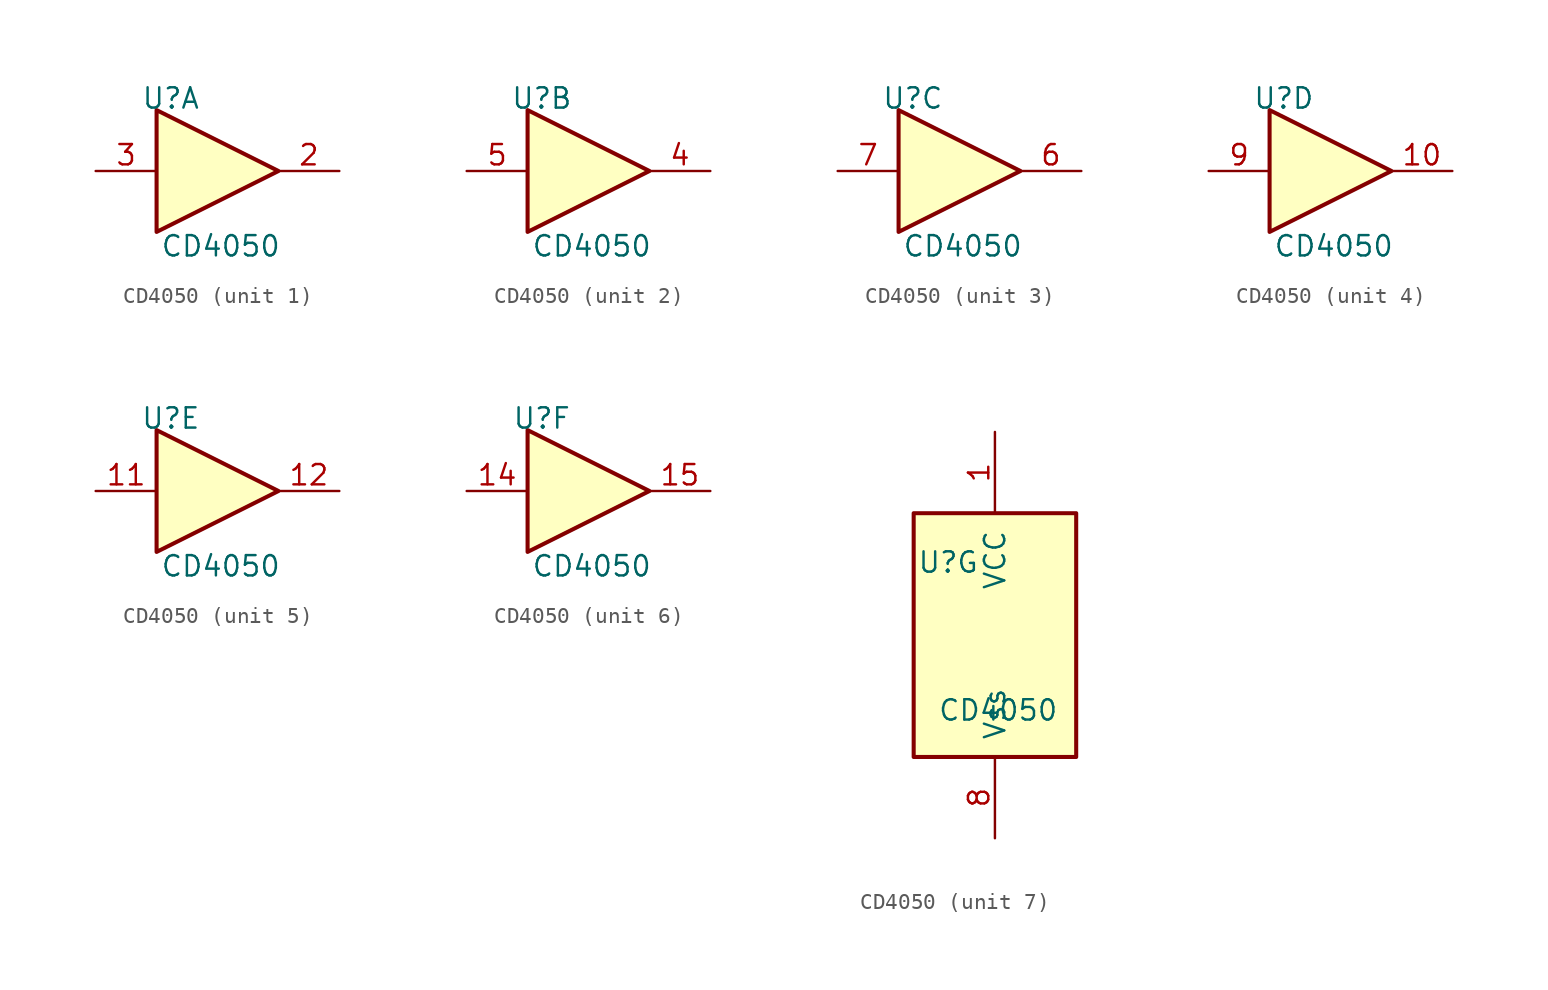
<source format=kicad_sym>
(kicad_symbol_lib
  (version 20211014)
  (generator kicad_symbol_editor)
  (symbol "CD4050"
    (pin_names
      (offset 1.016))
    (property "Reference" "U"
      (at -2.921 4.547 0)
      (effects (font (size 1.27 1.27))))
    (property "Value" "CD4050"
      (at 0.203 -4.699 0)
      (effects (font (size 1.27 1.27))))
    (property "ki_locked" ""
      (at 0 0 0)
      (effects (font (size 1.27 1.27))))
    (symbol "CD4050_1_0"
      (polyline (pts (xy -3.81 3.81) (xy -3.81 -3.81) (xy 3.81 0) (xy -3.81 3.81)) (stroke (width 0.254) (type default) (color 0 0 0 0)) (fill (type background)))
      (pin output line (at 7.62 0 180) (length 3.81) (name "~" (effects (font (size 1.27 1.27)))) (number "2" (effects (font (size 1.27 1.27)))))
      (pin input line (at -7.62 0 0) (length 3.81) (name "~" (effects (font (size 1.27 1.27)))) (number "3" (effects (font (size 1.27 1.27))))))
    (symbol "CD4050_2_0"
      (polyline (pts (xy -3.81 3.81) (xy -3.81 -3.81) (xy 3.81 0) (xy -3.81 3.81)) (stroke (width 0.254) (type default) (color 0 0 0 0)) (fill (type background)))
      (pin output line (at 7.62 0 180) (length 3.81) (name "~" (effects (font (size 1.27 1.27)))) (number "4" (effects (font (size 1.27 1.27)))))
      (pin input line (at -7.62 0 0) (length 3.81) (name "~" (effects (font (size 1.27 1.27)))) (number "5" (effects (font (size 1.27 1.27))))))
    (symbol "CD4050_3_0"
      (polyline (pts (xy -3.81 3.81) (xy -3.81 -3.81) (xy 3.81 0) (xy -3.81 3.81)) (stroke (width 0.254) (type default) (color 0 0 0 0)) (fill (type background)))
      (pin output line (at 7.62 0 180) (length 3.81) (name "~" (effects (font (size 1.27 1.27)))) (number "6" (effects (font (size 1.27 1.27)))))
      (pin input line (at -7.62 0 0) (length 3.81) (name "~" (effects (font (size 1.27 1.27)))) (number "7" (effects (font (size 1.27 1.27))))))
    (symbol "CD4050_4_0"
      (polyline (pts (xy -3.81 3.81) (xy -3.81 -3.81) (xy 3.81 0) (xy -3.81 3.81)) (stroke (width 0.254) (type default) (color 0 0 0 0)) (fill (type background)))
      (pin output line (at 7.62 0 180) (length 3.81) (name "~" (effects (font (size 1.27 1.27)))) (number "10" (effects (font (size 1.27 1.27)))))
      (pin input line (at -7.62 0 0) (length 3.81) (name "~" (effects (font (size 1.27 1.27)))) (number "9" (effects (font (size 1.27 1.27))))))
    (symbol "CD4050_5_0"
      (polyline (pts (xy -3.81 3.81) (xy -3.81 -3.81) (xy 3.81 0) (xy -3.81 3.81)) (stroke (width 0.254) (type default) (color 0 0 0 0)) (fill (type background)))
      (pin input line (at -7.62 0 0) (length 3.81) (name "~" (effects (font (size 1.27 1.27)))) (number "11" (effects (font (size 1.27 1.27)))))
      (pin output line (at 7.62 0 180) (length 3.81) (name "~" (effects (font (size 1.27 1.27)))) (number "12" (effects (font (size 1.27 1.27))))))
    (symbol "CD4050_6_0"
      (polyline (pts (xy -3.81 3.81) (xy -3.81 -3.81) (xy 3.81 0) (xy -3.81 3.81)) (stroke (width 0.254) (type default) (color 0 0 0 0)) (fill (type background)))
      (pin input line (at -7.62 0 0) (length 3.81) (name "~" (effects (font (size 1.27 1.27)))) (number "14" (effects (font (size 1.27 1.27)))))
      (pin output line (at 7.62 0 180) (length 3.81) (name "~" (effects (font (size 1.27 1.27)))) (number "15" (effects (font (size 1.27 1.27))))))
    (symbol "CD4050_7_0"
      (pin power_in line (at 0 12.7 270) (length 5.08) (name "VCC" (effects (font (size 1.27 1.27)))) (number "1" (effects (font (size 1.27 1.27)))))
      (pin no_connect line (at -10.262 1.753 0) (length 5.08) hide (name "NC" (effects (font (size 1.27 1.27)))) (number "13" (effects (font (size 1.27 1.27)))))
      (pin no_connect line (at -10.236 -1.626 0) (length 5.08) hide (name "NC" (effects (font (size 1.27 1.27)))) (number "16" (effects (font (size 1.27 1.27)))))
      (pin power_in line (at 0 -12.7 90) (length 5.08) (name "Vss" (effects (font (size 1.27 1.27)))) (number "8" (effects (font (size 1.27 1.27))))))
    (symbol "CD4050_7_1"
      (rectangle (start -5.08 7.62) (end 5.08 -7.62) (stroke (width 0.254) (type default) (color 0 0 0 0)) (fill (type background))))))
</source>
